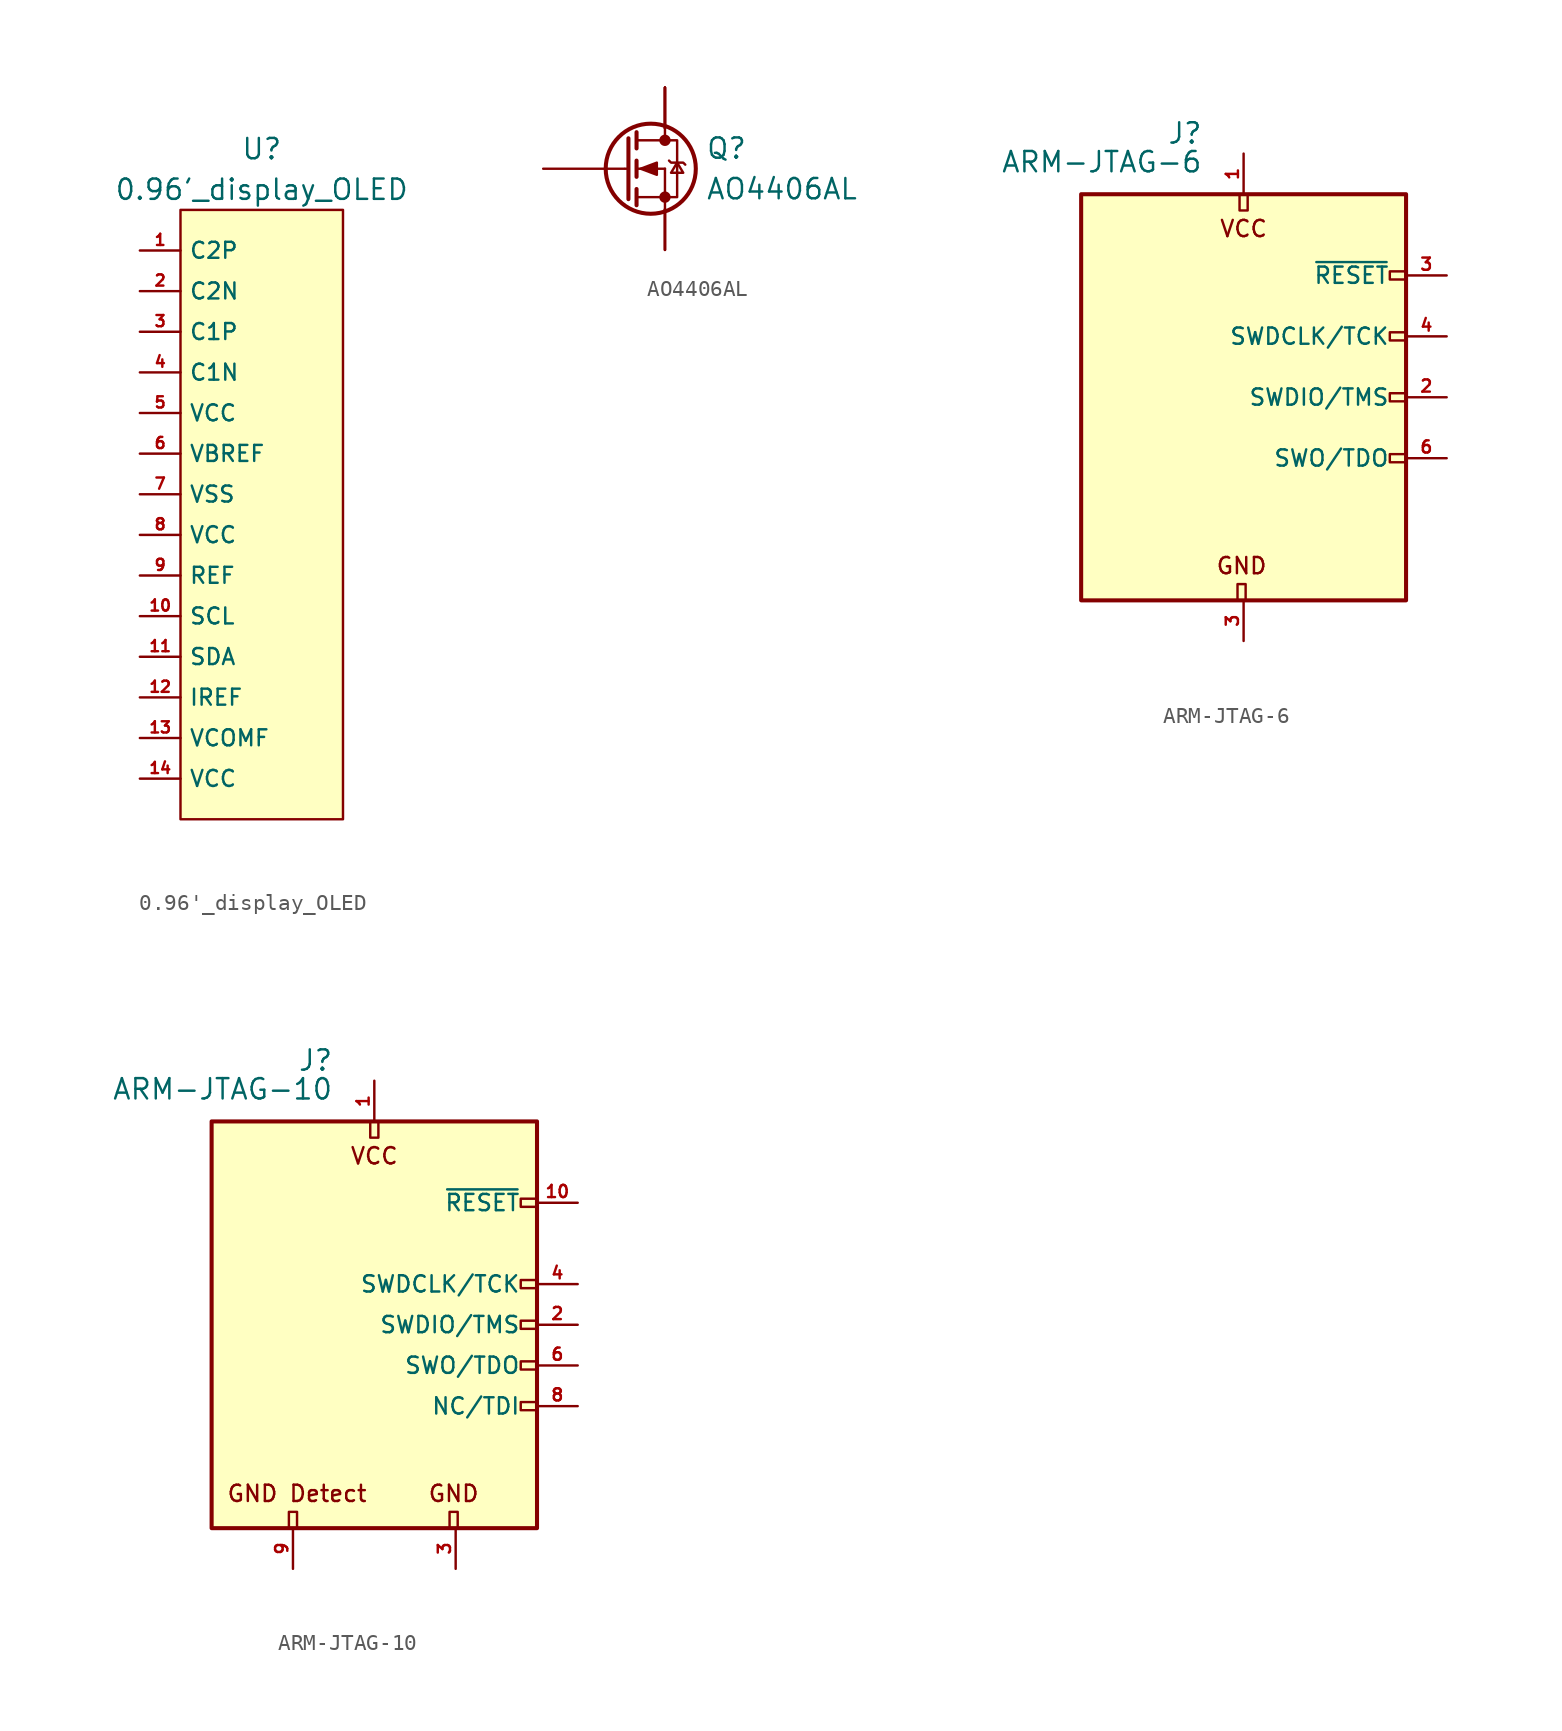
<source format=kicad_sym>
(kicad_symbol_lib
  (version 20211014)
  (generator kicad_symbol_editor)
  (symbol "0.96'_display_OLED"
    (property "Reference" "U"
      (at 5.08 41.91 0)
      (effects (font (size 1.27 1.27))))
    (property "Value" "0.96'_display_OLED"
      (at 5.08 39.37 0)
      (effects (font (size 1.27 1.27))))
    (symbol "0.96'_display_OLED_0_0"
      (text "" (at -5.08 6.35 0) (effects (font (size 1.27 1.27))))
      (pin input line (at -2.54 10.16 0) (length 2.54) (name "SDA" (effects (font (size 1 1)))) (number "11" (effects (font (size 0.7 0.7)))))
      (pin input line (at -2.54 7.62 0) (length 2.54) (name "IREF" (effects (font (size 1 1)))) (number "12" (effects (font (size 0.7 0.7)))))
      (pin input line (at -2.54 5.08 0) (length 2.54) (name "VCOMF" (effects (font (size 1 1)))) (number "13" (effects (font (size 0.7 0.7)))))
      (pin input line (at -2.54 2.54 0) (length 2.54) (name "VCC" (effects (font (size 1 1)))) (number "14" (effects (font (size 0.7 0.7))))))
    (symbol "0.96'_display_OLED_0_1"
      (rectangle (start 0 38.1) (end 10.16 0) (stroke (width 0) (type default) (color 0 0 0 0)) (fill (type background))))
    (symbol "0.96'_display_OLED_1_1"
      (pin input line (at -2.54 35.56 0) (length 2.54) (name "C2P" (effects (font (size 1 1)))) (number "1" (effects (font (size 0.7 0.7)))))
      (pin input line (at -2.54 12.7 0) (length 2.54) (name "SCL" (effects (font (size 1 1)))) (number "10" (effects (font (size 0.7 0.7)))))
      (pin input line (at -2.54 33.02 0) (length 2.54) (name "C2N" (effects (font (size 1 1)))) (number "2" (effects (font (size 0.7 0.7)))))
      (pin input line (at -2.54 30.48 0) (length 2.54) (name "C1P" (effects (font (size 1 1)))) (number "3" (effects (font (size 0.7 0.7)))))
      (pin input line (at -2.54 27.94 0) (length 2.54) (name "C1N" (effects (font (size 1 1)))) (number "4" (effects (font (size 0.7 0.7)))))
      (pin input line (at -2.54 25.4 0) (length 2.54) (name "VCC" (effects (font (size 1 1)))) (number "5" (effects (font (size 0.7 0.7)))))
      (pin input line (at -2.54 22.86 0) (length 2.54) (name "VBREF" (effects (font (size 1 1)))) (number "6" (effects (font (size 0.7 0.7)))))
      (pin input line (at -2.54 20.32 0) (length 2.54) (name "VSS" (effects (font (size 1 1)))) (number "7" (effects (font (size 0.7 0.7)))))
      (pin input line (at -2.54 17.78 0) (length 2.54) (name "VCC" (effects (font (size 1 1)))) (number "8" (effects (font (size 0.7 0.7)))))
      (pin input line (at -2.54 15.24 0) (length 2.54) (name "REF" (effects (font (size 1 1)))) (number "9" (effects (font (size 0.7 0.7)))))))
  (symbol "AO4406AL"
    (pin_names
      (offset 1.016))
    (property "Reference" "Q"
      (at 2.54 1.27 0)
      (effects (font (size 1.27 1.27)) (justify left)))
    (property "Value" "AO4406AL"
      (at 2.54 -1.27 0)
      (effects (font (size 1.27 1.27)) (justify left)))
    (symbol "AO4406AL_1_1"
      (circle (center -0.889 0) (radius 2.819) (stroke (width 0.254) (type default) (color 0 0 0 0)) (fill (type none)))
      (circle (center 0 -1.778) (radius 0.279) (stroke (width 0) (type default) (color 0 0 0 0)) (fill (type outline)))
      (polyline (pts (xy -2.489 0) (xy -2.286 0)) (stroke (width 0) (type default) (color 0 0 0 0)) (fill (type none)))
      (polyline (pts (xy -1.778 -1.778) (xy 0 -1.778)) (stroke (width 0) (type default) (color 0 0 0 0)) (fill (type none)))
      (polyline (pts (xy -1.778 -1.27) (xy -1.778 -2.286)) (stroke (width 0.254) (type default) (color 0 0 0 0)) (fill (type none)))
      (polyline (pts (xy -1.778 0) (xy 0 0)) (stroke (width 0) (type default) (color 0 0 0 0)) (fill (type none)))
      (polyline (pts (xy -1.778 0.508) (xy -1.778 -0.508)) (stroke (width 0.254) (type default) (color 0 0 0 0)) (fill (type none)))
      (polyline (pts (xy -1.778 1.778) (xy 0 1.778)) (stroke (width 0) (type default) (color 0 0 0 0)) (fill (type none)))
      (polyline (pts (xy -1.778 2.286) (xy -1.778 1.27)) (stroke (width 0.254) (type default) (color 0 0 0 0)) (fill (type none)))
      (polyline (pts (xy 0 -1.778) (xy 0 -2.54)) (stroke (width 0) (type default) (color 0 0 0 0)) (fill (type none)))
      (polyline (pts (xy 0 -1.778) (xy 0 0)) (stroke (width 0) (type default) (color 0 0 0 0)) (fill (type none)))
      (polyline (pts (xy 0 2.54) (xy 0 1.778)) (stroke (width 0) (type default) (color 0 0 0 0)) (fill (type none)))
      (polyline (pts (xy -2.286 1.905) (xy -2.286 -1.905) (xy -2.286 -1.905)) (stroke (width 0.254) (type default) (color 0 0 0 0)) (fill (type none)))
      (polyline (pts (xy -1.524 0) (xy -0.508 0.381) (xy -0.508 -0.381) (xy -1.524 0)) (stroke (width 0) (type default) (color 0 0 0 0)) (fill (type outline)))
      (polyline (pts (xy 0 -1.778) (xy 0.762 -1.778) (xy 0.762 1.778) (xy 0 1.778)) (stroke (width 0) (type default) (color 0 0 0 0)) (fill (type none)))
      (polyline (pts (xy 0.254 0.508) (xy 0.381 0.381) (xy 1.143 0.381) (xy 1.27 0.254)) (stroke (width 0) (type default) (color 0 0 0 0)) (fill (type none)))
      (polyline (pts (xy 0.762 0.381) (xy 0.381 -0.254) (xy 1.143 -0.254) (xy 0.762 0.381)) (stroke (width 0) (type default) (color 0 0 0 0)) (fill (type none)))
      (circle (center 0 1.778) (radius 0.279) (stroke (width 0) (type default) (color 0 0 0 0)) (fill (type outline)))
      (pin passive line (at 0 -5.08 90) (length 2.54) (name "~" (effects (font (size 0 0)))) (number "1" (effects (font (size 0 0)))))
      (pin passive line (at 0 -5.08 90) (length 2.54) (name "~" (effects (font (size 0 0)))) (number "2" (effects (font (size 0 0)))))
      (pin passive line (at 0 -5.08 90) (length 2.54) (name "~" (effects (font (size 0 0)))) (number "3" (effects (font (size 0 0)))))
      (pin input line (at -7.62 0 0) (length 5.08) (name "G" (effects (font (size 0 0)))) (number "4" (effects (font (size 0 0)))))
      (pin passive line (at 0 5.08 270) (length 2.54) (name "D" (effects (font (size 0 0)))) (number "5" (effects (font (size 0 0)))))
      (pin passive line (at 0 5.08 270) (length 2.54) (name "~" (effects (font (size 0 0)))) (number "6" (effects (font (size 0 0)))))
      (pin passive line (at 0 5.08 270) (length 2.54) (name "~" (effects (font (size 0 0)))) (number "7" (effects (font (size 0 0)))))
      (pin passive line (at 0 5.08 270) (length 2.54) (name "~" (effects (font (size 0 0)))) (number "8" (effects (font (size 0 0)))))))
  (symbol "ARM-JTAG-6"
    (pin_names
      (offset 1.016))
    (property "Reference" "J"
      (at -2.54 16.51 0)
      (effects (font (size 1.27 1.27)) (justify right)))
    (property "Value" "ARM-JTAG-6"
      (at -2.54 13.97 0)
      (effects (font (size 1.27 1.27)) (justify right bottom)))
    (symbol "ARM-JTAG-6_0_0"
      (text "VCC" (at 0 10.541 0) (effects (font (size 1.016 1.016)))))
    (symbol "ARM-JTAG-6_0_1"
      (rectangle (start -10.16 12.7) (end 10.16 -12.7) (stroke (width 0.254) (type default) (color 0 0 0 0)) (fill (type background)))
      (rectangle (start -0.381 -12.7) (end 0.127 -11.684) (stroke (width 0) (type default) (color 0 0 0 0)) (fill (type none)))
      (rectangle (start -0.254 12.7) (end 0.254 11.684) (stroke (width 0) (type default) (color 0 0 0 0)) (fill (type none)))
      (rectangle (start 9.144 3.556) (end 10.16 4.064) (stroke (width 0) (type default) (color 0 0 0 0)) (fill (type none)))
      (rectangle (start 10.16 -4.064) (end 9.144 -3.556) (stroke (width 0) (type default) (color 0 0 0 0)) (fill (type none)))
      (rectangle (start 10.16 -0.254) (end 9.144 0.254) (stroke (width 0) (type default) (color 0 0 0 0)) (fill (type none)))
      (rectangle (start 10.16 7.874) (end 9.144 7.366) (stroke (width 0) (type default) (color 0 0 0 0)) (fill (type none))))
    (symbol "ARM-JTAG-6_1_1"
      (text "GND" (at -0.127 -10.541 0) (effects (font (size 1.016 1.016))))
      (pin power_in line (at 0 15.24 270) (length 2.54) (name "VCC" (effects (font (size 0 0)))) (number "1" (effects (font (size 0.762 0.762)))))
      (pin bidirectional line (at 12.7 0 180) (length 2.54) (name "SWDIO/TMS" (effects (font (size 1.016 1.016)))) (number "2" (effects (font (size 0.762 0.762)))))
      (pin power_in line (at 0 -15.24 90) (length 2.54) (name "GND" (effects (font (size 0 0)))) (number "3" (effects (font (size 0.762 0.762)))))
      (pin open_collector line (at 12.7 7.62 180) (length 2.54) (name "~{RESET}" (effects (font (size 1.016 1.016)))) (number "3" (effects (font (size 0.762 0.762)))))
      (pin output line (at 12.7 3.81 180) (length 2.54) (name "SWDCLK/TCK" (effects (font (size 1.016 1.016)))) (number "4" (effects (font (size 0.762 0.762)))))
      (pin passive line (at 0 -15.24 90) (length 2.54) hide (name "GND" (effects (font (size 1.27 1.27)))) (number "5" (effects (font (size 1.27 1.27)))))
      (pin input line (at 12.7 -3.81 180) (length 2.54) (name "SWO/TDO" (effects (font (size 1.016 1.016)))) (number "6" (effects (font (size 0.762 0.762)))))
      (pin no_connect line (at -10.16 0 0) (length 2.54) hide (name "KEY" (effects (font (size 1.27 1.27)))) (number "7" (effects (font (size 1.27 1.27)))))))
  (symbol "ARM-JTAG-10"
    (pin_names
      (offset 1.016))
    (property "Reference" "J"
      (at -2.54 16.51 0)
      (effects (font (size 1.27 1.27)) (justify right)))
    (property "Value" "ARM-JTAG-10"
      (at -2.54 13.97 0)
      (effects (font (size 1.27 1.27)) (justify right bottom)))
    (symbol "ARM-JTAG-10_0_0"
      (text "VCC" (at 0 10.541 0) (effects (font (size 1.016 1.016)))))
    (symbol "ARM-JTAG-10_0_1"
      (rectangle (start -10.16 12.7) (end 10.16 -12.7) (stroke (width 0.254) (type default) (color 0 0 0 0)) (fill (type background)))
      (rectangle (start -5.334 -12.7) (end -4.826 -11.684) (stroke (width 0) (type default) (color 0 0 0 0)) (fill (type none)))
      (rectangle (start -0.254 12.7) (end 0.254 11.684) (stroke (width 0) (type default) (color 0 0 0 0)) (fill (type none)))
      (rectangle (start 4.699 -12.7) (end 5.207 -11.684) (stroke (width 0) (type default) (color 0 0 0 0)) (fill (type none)))
      (rectangle (start 9.144 2.286) (end 10.16 2.794) (stroke (width 0) (type default) (color 0 0 0 0)) (fill (type none)))
      (rectangle (start 10.16 -2.794) (end 9.144 -2.286) (stroke (width 0) (type default) (color 0 0 0 0)) (fill (type none)))
      (rectangle (start 10.16 -0.254) (end 9.144 0.254) (stroke (width 0) (type default) (color 0 0 0 0)) (fill (type none)))
      (rectangle (start 10.16 7.874) (end 9.144 7.366) (stroke (width 0) (type default) (color 0 0 0 0)) (fill (type none))))
    (symbol "ARM-JTAG-10_1_1"
      (rectangle (start 9.144 -5.334) (end 10.16 -4.826) (stroke (width 0) (type default) (color 0 0 0 0)) (fill (type none)))
      (text "GND" (at 4.953 -10.541 0) (effects (font (size 1.016 1.016))))
      (text "GND Detect" (at -4.826 -10.541 0) (effects (font (size 1.016 1.016))))
      (pin power_in line (at 0 15.24 270) (length 2.54) (name "VCC" (effects (font (size 0 0)))) (number "1" (effects (font (size 0.762 0.762)))))
      (pin open_collector line (at 12.7 7.62 180) (length 2.54) (name "~{RESET}" (effects (font (size 1.016 1.016)))) (number "10" (effects (font (size 0.762 0.762)))))
      (pin bidirectional line (at 12.7 0 180) (length 2.54) (name "SWDIO/TMS" (effects (font (size 1.016 1.016)))) (number "2" (effects (font (size 0.762 0.762)))))
      (pin power_in line (at 5.08 -15.24 90) (length 2.54) (name "GND" (effects (font (size 0 0)))) (number "3" (effects (font (size 0.762 0.762)))))
      (pin output line (at 12.7 2.54 180) (length 2.54) (name "SWDCLK/TCK" (effects (font (size 1.016 1.016)))) (number "4" (effects (font (size 0.762 0.762)))))
      (pin passive line (at 5.08 -15.24 90) (length 2.54) hide (name "GND" (effects (font (size 1.27 1.27)))) (number "5" (effects (font (size 1.27 1.27)))))
      (pin input line (at 12.7 -2.54 180) (length 2.54) (name "SWO/TDO" (effects (font (size 1.016 1.016)))) (number "6" (effects (font (size 0.762 0.762)))))
      (pin no_connect line (at -10.16 0 0) (length 2.54) hide (name "KEY" (effects (font (size 1.27 1.27)))) (number "7" (effects (font (size 1.27 1.27)))))
      (pin output line (at 12.7 -5.08 180) (length 2.54) (name "NC/TDI" (effects (font (size 1.016 1.016)))) (number "8" (effects (font (size 0.762 0.762)))))
      (pin passive line (at -5.08 -15.24 90) (length 2.54) (name "GNDDetect" (effects (font (size 0 0)))) (number "9" (effects (font (size 0.762 0.762))))))))
</source>
